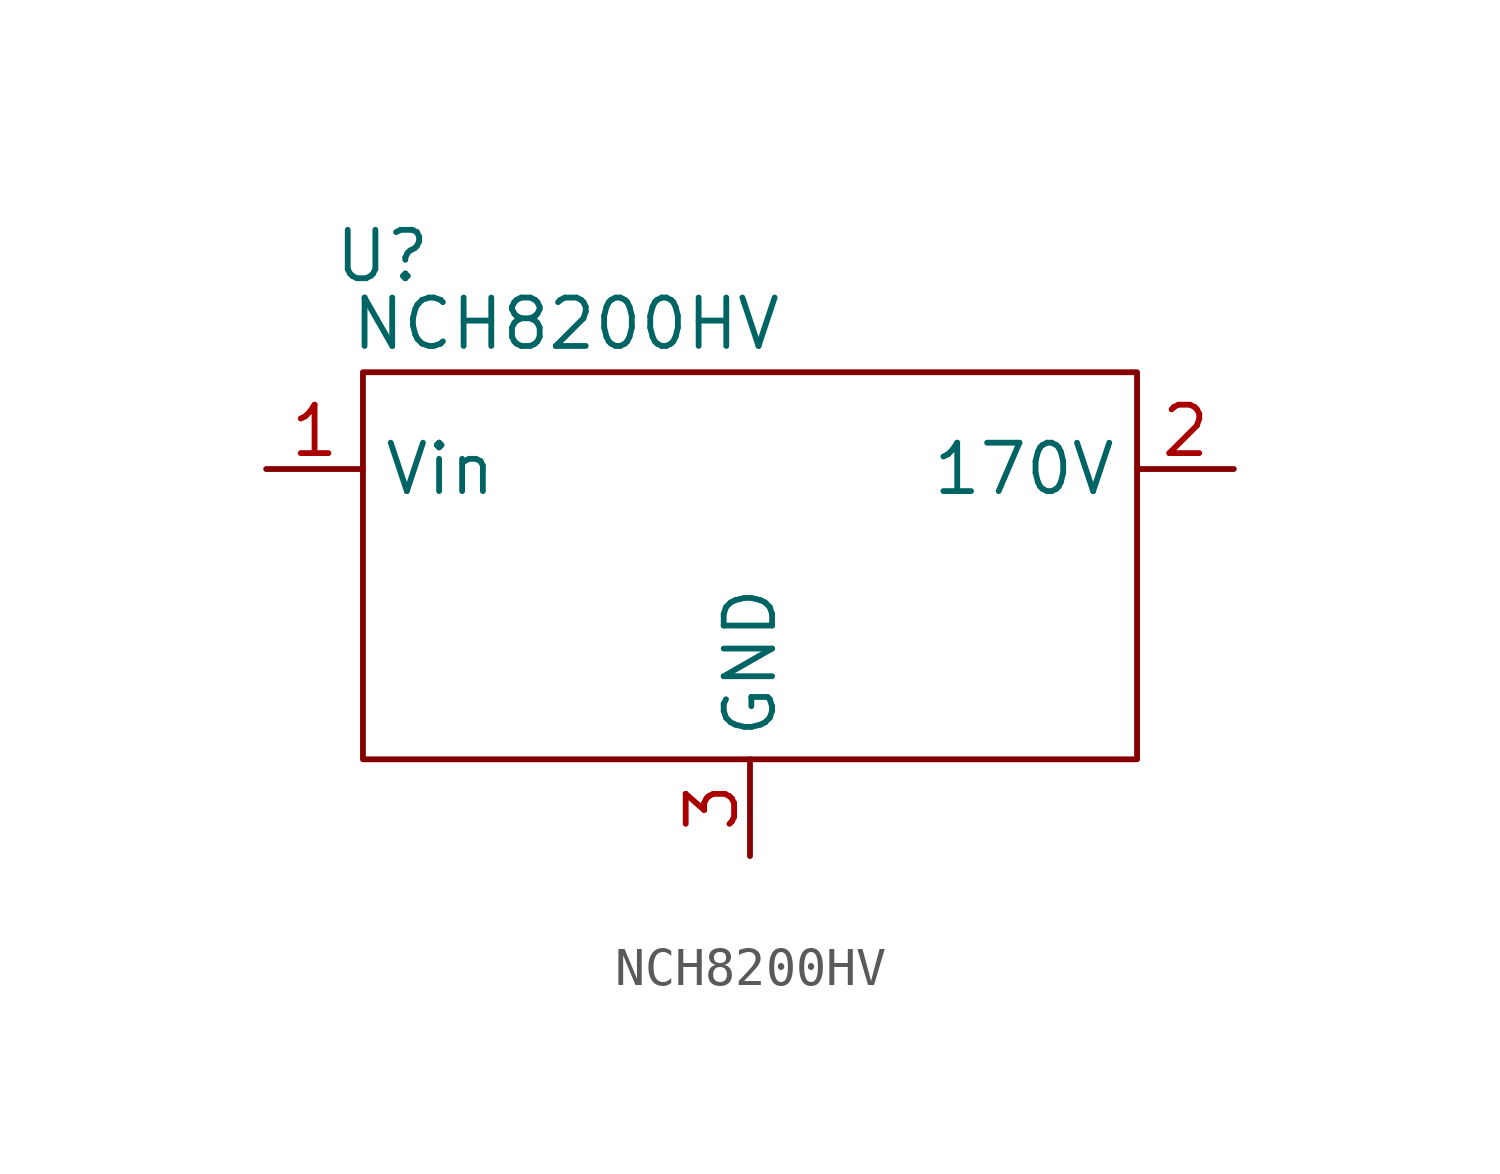
<source format=kicad_sym>
(kicad_symbol_lib
  (version 20231120)
  (generator "kicad_symbol_editor")
  (generator_version "8.0")
  (symbol "NCH8200HV"
    (property "Reference" "U"
      (at -9.652 8.128 0)
      (effects (font (size 1.27 1.27))))
    (property "Value" "NCH8200HV"
      (at -4.826 6.35 0)
      (effects (font (size 1.27 1.27))))
    (symbol "NCH8200HV_0_1"
      (rectangle (start -10.16 5.08) (end 10.16 -5.08) (stroke (width 0) (type default)) (fill (type none))))
    (symbol "NCH8200HV_1_1"
      (pin power_in line (at -12.7 2.54 0) (length 2.54) (name "Vin" (effects (font (size 1.27 1.27)))) (number "1" (effects (font (size 1.27 1.27)))))
      (pin power_in line (at 12.7 2.54 180) (length 2.54) (name "170V" (effects (font (size 1.27 1.27)))) (number "2" (effects (font (size 1.27 1.27)))))
      (pin power_out line (at 0 -7.62 90) (length 2.54) (name "GND" (effects (font (size 1.27 1.27)))) (number "3" (effects (font (size 1.27 1.27)))))
      (pin power_out line (at 0 -7.62 90) (length 2.54) hide (name "GND" (effects (font (size 1.27 1.27)))) (number "4" (effects (font (size 1.27 1.27))))))))
</source>
